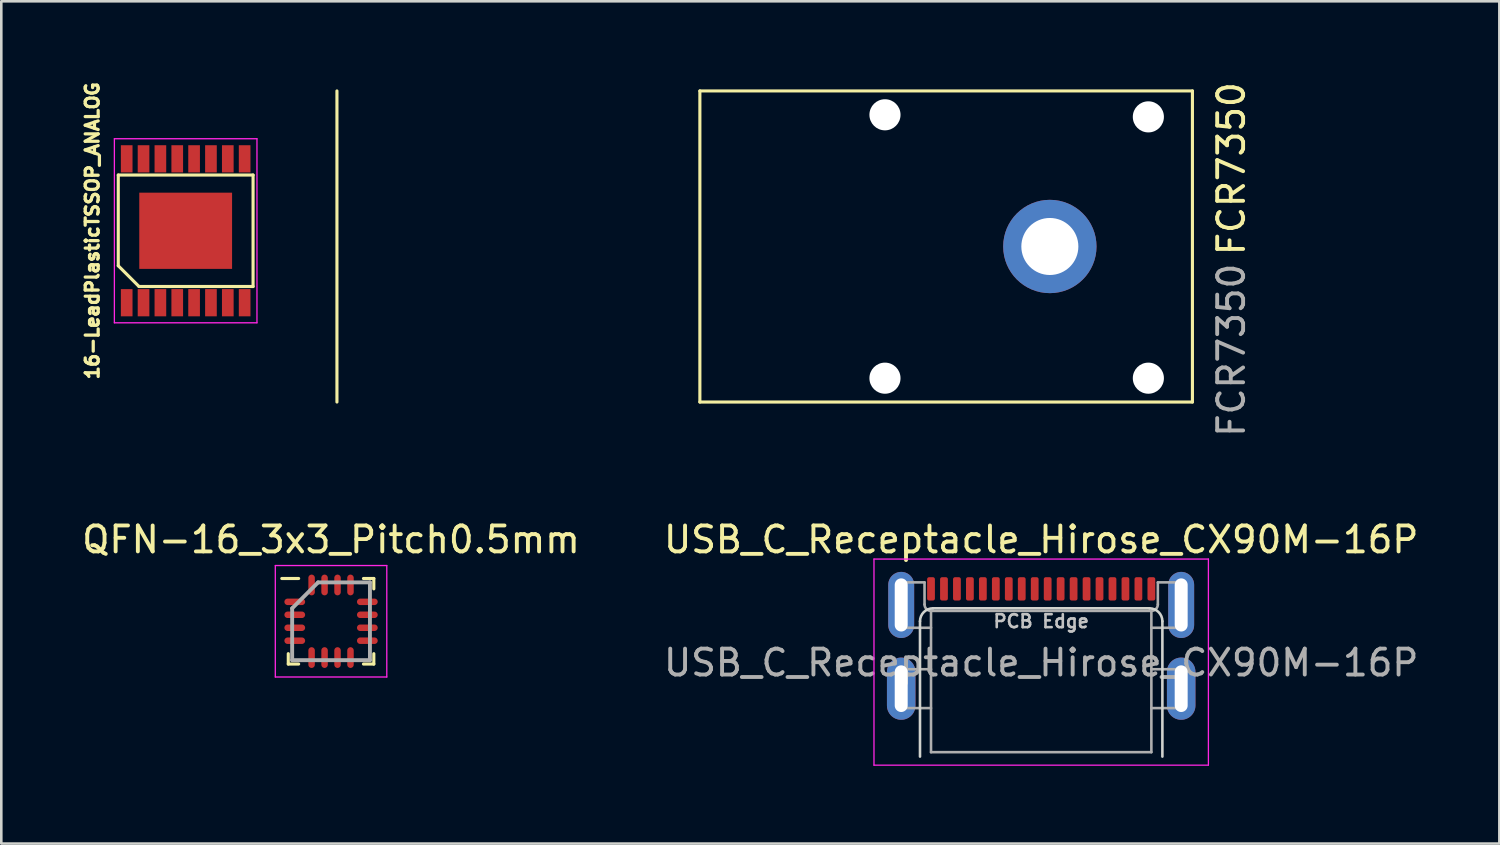
<source format=kicad_pcb>
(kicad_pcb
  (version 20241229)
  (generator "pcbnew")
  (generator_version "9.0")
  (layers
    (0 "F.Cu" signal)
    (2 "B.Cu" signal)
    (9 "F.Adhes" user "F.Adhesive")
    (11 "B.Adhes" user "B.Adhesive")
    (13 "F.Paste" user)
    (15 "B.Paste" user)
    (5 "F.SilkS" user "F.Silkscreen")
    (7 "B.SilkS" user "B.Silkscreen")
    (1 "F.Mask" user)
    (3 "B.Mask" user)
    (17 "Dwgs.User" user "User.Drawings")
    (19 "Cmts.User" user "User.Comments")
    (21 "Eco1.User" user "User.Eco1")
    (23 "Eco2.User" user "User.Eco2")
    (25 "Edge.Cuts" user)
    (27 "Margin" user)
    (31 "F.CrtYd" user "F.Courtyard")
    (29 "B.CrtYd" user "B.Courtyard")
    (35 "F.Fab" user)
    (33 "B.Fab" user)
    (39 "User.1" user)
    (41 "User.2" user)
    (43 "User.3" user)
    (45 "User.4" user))
  (footprint "QFN-16_3x3_Pitch0.5mm"
    (layer "F.Cu")
    (at 9.72 20.915)
    (property "Reference" "QFN-16_3x3_Pitch0.5mm" (at 0 -3.15 0) (layer "F.SilkS") (effects (font (size 1 1) (thickness 0.15))))
    (attr through_hole)
    (fp_line (start -1.65 1.65) (end -1.65 1.25) (stroke (width 0.12) (type solid)) (layer "F.SilkS"))
    (fp_line (start -1.25 -1.65) (end -1.9 -1.65) (stroke (width 0.12) (type solid)) (layer "F.SilkS"))
    (fp_line (start -1.25 1.65) (end -1.65 1.65) (stroke (width 0.12) (type solid)) (layer "F.SilkS"))
    (fp_line (start 1.25 -1.65) (end 1.65 -1.65) (stroke (width 0.12) (type solid)) (layer "F.SilkS"))
    (fp_line (start 1.25 1.65) (end 1.65 1.65) (stroke (width 0.12) (type solid)) (layer "F.SilkS"))
    (fp_line (start 1.65 -1.65) (end 1.65 -1.25) (stroke (width 0.12) (type solid)) (layer "F.SilkS"))
    (fp_line (start 1.65 1.65) (end 1.65 1.25) (stroke (width 0.12) (type solid)) (layer "F.SilkS"))
    (fp_line (start -2.15 -2.15) (end 2.15 -2.15) (stroke (width 0.05) (type solid)) (layer "F.CrtYd"))
    (fp_line (start -2.15 2.15) (end -2.15 -2.15) (stroke (width 0.05) (type solid)) (layer "F.CrtYd"))
    (fp_line (start 2.15 -2.15) (end 2.15 2.15) (stroke (width 0.05) (type solid)) (layer "F.CrtYd"))
    (fp_line (start 2.15 2.15) (end -2.15 2.15) (stroke (width 0.05) (type solid)) (layer "F.CrtYd"))
    (fp_line (start -1.5 -0.5) (end -1.5 1.5) (stroke (width 0.15) (type solid)) (layer "F.Fab"))
    (fp_line (start -1.5 1.5) (end 1.5 1.5) (stroke (width 0.15) (type solid)) (layer "F.Fab"))
    (fp_line (start -0.5 -1.5) (end -1.5 -0.5) (stroke (width 0.15) (type solid)) (layer "F.Fab"))
    (fp_line (start 1.5 -1.5) (end -0.5 -1.5) (stroke (width 0.15) (type solid)) (layer "F.Fab"))
    (fp_line (start 1.5 1.5) (end 1.5 -1.5) (stroke (width 0.15) (type solid)) (layer "F.Fab"))
    (pad "1" smd oval (at -1.4 -0.75 90) (size 0.25 0.8) (layers "F.Cu" "F.Mask" "F.Paste"))
    (pad "2" smd oval (at -1.4 -0.25 90) (size 0.25 0.8) (layers "F.Cu" "F.Mask" "F.Paste"))
    (pad "3" smd oval (at -1.4 0.25 90) (size 0.25 0.8) (layers "F.Cu" "F.Mask" "F.Paste"))
    (pad "4" smd oval (at -1.4 0.75 90) (size 0.25 0.8) (layers "F.Cu" "F.Mask" "F.Paste"))
    (pad "5" smd oval (at -0.75 1.4) (size 0.25 0.8) (layers "F.Cu" "F.Mask" "F.Paste"))
    (pad "6" smd oval (at -0.25 1.4) (size 0.25 0.8) (layers "F.Cu" "F.Mask" "F.Paste"))
    (pad "7" smd oval (at 0.25 1.4) (size 0.25 0.8) (layers "F.Cu" "F.Mask" "F.Paste"))
    (pad "8" smd oval (at 0.75 1.4) (size 0.25 0.8) (layers "F.Cu" "F.Mask" "F.Paste"))
    (pad "9" smd oval (at 1.4 0.75 90) (size 0.25 0.8) (layers "F.Cu" "F.Mask" "F.Paste"))
    (pad "10" smd oval (at 1.4 0.25 90) (size 0.25 0.8) (layers "F.Cu" "F.Mask" "F.Paste"))
    (pad "11" smd oval (at 1.4 -0.25 90) (size 0.25 0.8) (layers "F.Cu" "F.Mask" "F.Paste"))
    (pad "12" smd oval (at 1.4 -0.75 90) (size 0.25 0.8) (layers "F.Cu" "F.Mask" "F.Paste"))
    (pad "13" smd oval (at 0.75 -1.4) (size 0.25 0.8) (layers "F.Cu" "F.Mask" "F.Paste"))
    (pad "14" smd oval (at 0.25 -1.4) (size 0.25 0.8) (layers "F.Cu" "F.Mask" "F.Paste"))
    (pad "15" smd oval (at -0.25 -1.4) (size 0.25 0.8) (layers "F.Cu" "F.Mask" "F.Paste"))
    (pad "16" smd oval (at -0.75 -1.4) (size 0.25 0.8) (layers "F.Cu" "F.Mask" "F.Paste")))
  (footprint "FCR7350"
    (layer "F.Cu")
    (at 37.447 6.458)
    (property "Reference" "FCR7350" (at 7 -3 90) (unlocked yes) (layer "F.SilkS") (effects (font (size 1 1) (thickness 0.15))))
    (attr through_hole)
    (fp_line (start -27.5 -6) (end -27.5 6) (stroke (width 0.12) (type solid)) (layer "F.SilkS"))
    (fp_line (start -13.5 -6) (end 5.5 -6) (stroke (width 0.12) (type solid)) (layer "F.SilkS"))
    (fp_line (start -13.5 6) (end -13.5 -6) (stroke (width 0.12) (type solid)) (layer "F.SilkS"))
    (fp_line (start 5.5 -6) (end 5.5 6) (stroke (width 0.12) (type solid)) (layer "F.SilkS"))
    (fp_line (start 5.5 6) (end -13.5 6) (stroke (width 0.12) (type solid)) (layer "F.SilkS"))
    (fp_line (start -27.5 6) (end -13.5 6) (stroke (width 0.12) (type solid)) (layer "User.1"))
    (fp_line (start -13.5 -6) (end -27.5 -6) (stroke (width 0.12) (type solid)) (layer "User.1"))
    (fp_text user "${REFERENCE}" (at 7 4 90) (unlocked yes) (layer "F.Fab") (effects (font (size 1 1) (thickness 0.15))))
    (pad "" np_thru_hole circle (at -6.36 -5.08 90) (size 1.2 1.2) (drill 1.2) (layers "*.Cu" "*.Mask"))
    (pad "" np_thru_hole circle (at -6.36 5.08 90) (size 1.2 1.2) (drill 1.2) (layers "*.Cu" "*.Mask"))
    (pad "" np_thru_hole circle (at 3.8 -5 90) (size 1.2 1.2) (drill 1.2) (layers "*.Cu" "*.Mask"))
    (pad "" np_thru_hole circle (at 3.8 5.08 90) (size 1.2 1.2) (drill 1.2) (layers "*.Cu" "*.Mask"))
    (pad "1" thru_hole circle (at 0 0 90) (size 3.6 3.6) (drill 2.2) (layers "*.Cu" "*.Mask")))
  (footprint "USB_C_Receptacle_Hirose_CX90M-16P"
    (layer "F.Cu")
    (at 37.113 22.515)
    (property "Reference" "USB_C_Receptacle_Hirose_CX90M-16P" (at 0 -4.75 0) (layer "F.SilkS") (effects (font (size 1 1) (thickness 0.15))))
    (attr smd)
    (fp_line (start -4.675 -1.6) (end -4.675 3.62) (stroke (width 0.1) (type solid)) (layer "Edge.Cuts"))
    (fp_line (start 4.175 -2.1) (end -4.175 -2.1) (stroke (width 0.1) (type solid)) (layer "Edge.Cuts"))
    (fp_line (start 4.675 3.62) (end 4.675 -1.6) (stroke (width 0.1) (type solid)) (layer "Edge.Cuts"))
    (fp_arc (start -4.675 -1.6) (mid -4.528553 -1.953553) (end -4.175 -2.1) (stroke (width 0.1) (type solid)) (layer "Edge.Cuts"))
    (fp_arc (start 4.175 -2.1) (mid 4.528553 -1.953553) (end 4.675 -1.6) (stroke (width 0.1) (type solid)) (layer "Edge.Cuts"))
    (fp_line (start -6.45 -4) (end -6.45 3.95) (stroke (width 0.05) (type solid)) (layer "F.CrtYd"))
    (fp_line (start -6.45 3.95) (end 6.45 3.95) (stroke (width 0.05) (type solid)) (layer "F.CrtYd"))
    (fp_line (start 6.45 -4) (end -6.45 -4) (stroke (width 0.05) (type solid)) (layer "F.CrtYd"))
    (fp_line (start 6.45 3.95) (end 6.45 -4) (stroke (width 0.05) (type solid)) (layer "F.CrtYd"))
    (fp_line (start -5.5 -3.1) (end -5.5 -1.35) (stroke (width 0.1) (type solid)) (layer "F.Fab"))
    (fp_line (start -5.5 -1.35) (end -4.25 -1.35) (stroke (width 0.1) (type solid)) (layer "F.Fab"))
    (fp_line (start -5.5 0.25) (end -5.5 1.75) (stroke (width 0.1) (type solid)) (layer "F.Fab"))
    (fp_line (start -5.5 1.75) (end -4.25 1.75) (stroke (width 0.1) (type solid)) (layer "F.Fab"))
    (fp_line (start -4.5 -3.1) (end -5.5 -3.1) (stroke (width 0.1) (type solid)) (layer "F.Fab"))
    (fp_line (start -4.5 -3.1) (end -4.5 -2.25) (stroke (width 0.1) (type solid)) (layer "F.Fab"))
    (fp_line (start -4.25 -2) (end -4.25 3.45) (stroke (width 0.1) (type solid)) (layer "F.Fab"))
    (fp_line (start -4.25 0.25) (end -5.5 0.25) (stroke (width 0.1) (type solid)) (layer "F.Fab"))
    (fp_line (start -4.25 3.45) (end 4.25 3.45) (stroke (width 0.1) (type solid)) (layer "F.Fab"))
    (fp_line (start 4.25 -2) (end -4.25 -2) (stroke (width 0.1) (type solid)) (layer "F.Fab"))
    (fp_line (start 4.25 -1.35) (end 5.5 -1.35) (stroke (width 0.1) (type solid)) (layer "F.Fab"))
    (fp_line (start 4.25 1.75) (end 5.5 1.75) (stroke (width 0.1) (type solid)) (layer "F.Fab"))
    (fp_line (start 4.25 3.45) (end 4.25 -2) (stroke (width 0.1) (type solid)) (layer "F.Fab"))
    (fp_line (start 4.5 -2.25) (end 4.5 -3.1) (stroke (width 0.1) (type solid)) (layer "F.Fab"))
    (fp_line (start 5.5 -3.1) (end 4.5 -3.1) (stroke (width 0.1) (type solid)) (layer "F.Fab"))
    (fp_line (start 5.5 -1.35) (end 5.5 -3.1) (stroke (width 0.1) (type solid)) (layer "F.Fab"))
    (fp_line (start 5.5 0.25) (end 4.25 0.25) (stroke (width 0.1) (type solid)) (layer "F.Fab"))
    (fp_line (start 5.5 1.75) (end 5.5 0.25) (stroke (width 0.1) (type solid)) (layer "F.Fab"))
    (fp_arc (start -4.25 -2) (mid -4.426777 -2.073223) (end -4.5 -2.25) (stroke (width 0.1) (type solid)) (layer "F.Fab"))
    (fp_arc (start 4.5 -2.25) (mid 4.426777 -2.073223) (end 4.25 -2) (stroke (width 0.1) (type solid)) (layer "F.Fab"))
    (fp_text user "PCB Edge" (at 0 -1.6 0) (layer "Dwgs.User") (effects (font (size 0.5 0.5) (thickness 0.1))))
    (fp_text user "${REFERENCE}" (at 0 0 0) (layer "F.Fab") (effects (font (size 1 1) (thickness 0.15))))
    (pad "A1" smd roundrect (at -3.75 -2.85) (size 0.3 0.9) (layers "F.Cu" "F.Mask" "F.Paste") (roundrect_rratio 0.25))
    (pad "A4" smd roundrect (at -2.75 -2.85) (size 0.3 0.9) (layers "F.Cu" "F.Mask" "F.Paste") (roundrect_rratio 0.25))
    (pad "A5" smd roundrect (at -1.75 -2.85) (size 0.3 0.9) (layers "F.Cu" "F.Mask" "F.Paste") (roundrect_rratio 0.25))
    (pad "A6" smd roundrect (at -0.75 -2.85) (size 0.3 0.9) (layers "F.Cu" "F.Mask" "F.Paste") (roundrect_rratio 0.25))
    (pad "A7" smd roundrect (at 0.75 -2.85) (size 0.3 0.9) (layers "F.Cu" "F.Mask" "F.Paste") (roundrect_rratio 0.25))
    (pad "A8" smd roundrect (at 1.75 -2.85) (size 0.3 0.9) (layers "F.Cu" "F.Mask" "F.Paste") (roundrect_rratio 0.25))
    (pad "A9" smd roundrect (at 2.75 -2.85) (size 0.3 0.9) (layers "F.Cu" "F.Mask" "F.Paste") (roundrect_rratio 0.25))
    (pad "A12" smd roundrect (at 3.75 -2.85) (size 0.3 0.9) (layers "F.Cu" "F.Mask" "F.Paste") (roundrect_rratio 0.25))
    (pad "B1" smd roundrect (at 3.25 -2.85) (size 0.3 0.9) (layers "F.Cu" "F.Mask" "F.Paste") (roundrect_rratio 0.25))
    (pad "B4" smd roundrect (at 2.25 -2.85) (size 0.3 0.9) (layers "F.Cu" "F.Mask" "F.Paste") (roundrect_rratio 0.25))
    (pad "B5" smd roundrect (at 1.25 -2.85) (size 0.3 0.9) (layers "F.Cu" "F.Mask" "F.Paste") (roundrect_rratio 0.25))
    (pad "B6" smd roundrect (at 0.25 -2.85) (size 0.3 0.9) (layers "F.Cu" "F.Mask" "F.Paste") (roundrect_rratio 0.25))
    (pad "B7" smd roundrect (at -0.25 -2.85) (size 0.3 0.9) (layers "F.Cu" "F.Mask" "F.Paste") (roundrect_rratio 0.25))
    (pad "B8" smd roundrect (at -1.25 -2.85) (size 0.3 0.9) (layers "F.Cu" "F.Mask" "F.Paste") (roundrect_rratio 0.25))
    (pad "B9" smd roundrect (at -2.25 -2.85) (size 0.3 0.9) (layers "F.Cu" "F.Mask" "F.Paste") (roundrect_rratio 0.25))
    (pad "B12" smd roundrect (at -3.25 -2.85) (size 0.3 0.9) (layers "F.Cu" "F.Mask" "F.Paste") (roundrect_rratio 0.25))
    (pad "MID" smd roundrect (at -4.25 -2.85) (size 0.3 0.9) (layers "F.Cu" "F.Mask" "F.Paste") (roundrect_rratio 0.25))
    (pad "MID" smd roundrect (at 4.25 -2.85) (size 0.3 0.9) (layers "F.Cu" "F.Mask" "F.Paste") (roundrect_rratio 0.25))
    (pad "S1" thru_hole oval (at -5.4 -2.23) (size 1 2.55) (drill oval 0.5 2.05) (layers "*.Cu" "*.Mask"))
    (pad "S1" thru_hole oval (at -5.4 1) (size 1.1 2.4) (drill oval 0.5 1.8) (layers "*.Cu" "*.Mask"))
    (pad "S1" thru_hole oval (at 5.4 -2.23) (size 1 2.55) (drill oval 0.5 2.05) (layers "*.Cu" "*.Mask"))
    (pad "S1" thru_hole oval (at 5.4 1) (size 1.1 2.4) (drill oval 0.5 1.8) (layers "*.Cu" "*.Mask")))
  (footprint "16-LeadPlasticTSSOP_ANALOG"
    (layer "F.Cu")
    (at 4.112 5.852)
    (property "Reference" "16-LeadPlasticTSSOP_ANALOG" (at -3.6 0 90) (layer "F.SilkS") (effects (font (size 0.5 0.5) (thickness 0.15))))
    (attr through_hole)
    (fp_line (start -2.6 -2.15) (end 2.6 -2.15) (stroke (width 0.12) (type solid)) (layer "F.SilkS"))
    (fp_line (start -2.6 1.35) (end -2.6 -2.15) (stroke (width 0.12) (type solid)) (layer "F.SilkS"))
    (fp_line (start -1.8 2.15) (end -2.6 1.35) (stroke (width 0.12) (type solid)) (layer "F.SilkS"))
    (fp_line (start 2.6 -2.15) (end 2.6 2.15) (stroke (width 0.12) (type solid)) (layer "F.SilkS"))
    (fp_line (start 2.6 2.15) (end -1.8 2.15) (stroke (width 0.12) (type solid)) (layer "F.SilkS"))
    (fp_poly (pts (xy -0.4 -0.2) (xy -1.6 -0.2) (xy -1.6 -1.2) (xy -0.4 -1.2)) (stroke (width 0.12) (type solid)) (fill yes) (layer "F.Paste"))
    (fp_poly (pts (xy -0.4 1.2) (xy -1.6 1.2) (xy -1.6 0.2) (xy -0.4 0.2)) (stroke (width 0.12) (type solid)) (fill yes) (layer "F.Paste"))
    (fp_poly (pts (xy 1.6 -0.2) (xy 0.4 -0.2) (xy 0.4 -1.2) (xy 1.6 -1.2)) (stroke (width 0.12) (type solid)) (fill yes) (layer "F.Paste"))
    (fp_poly (pts (xy 1.6 1.2) (xy 0.4 1.2) (xy 0.4 0.2) (xy 1.6 0.2)) (stroke (width 0.12) (type solid)) (fill yes) (layer "F.Paste"))
    (fp_line (start -2.75 -3.55) (end 2.75 -3.55) (stroke (width 0.05) (type solid)) (layer "F.CrtYd"))
    (fp_line (start -2.75 3.55) (end -2.75 -3.55) (stroke (width 0.05) (type solid)) (layer "F.CrtYd"))
    (fp_line (start 2.75 -3.55) (end 2.75 3.55) (stroke (width 0.05) (type solid)) (layer "F.CrtYd"))
    (fp_line (start 2.75 3.55) (end -2.75 3.55) (stroke (width 0.05) (type solid)) (layer "F.CrtYd"))
    (pad "0" smd rect (at 0 0 90) (size 2.94 3.58) (layers "F.Cu" "F.Mask"))
    (pad "1" smd rect (at -2.275 2.775) (size 0.45 1.05) (layers "F.Cu" "F.Mask" "F.Paste"))
    (pad "2" smd rect (at -1.625 2.775) (size 0.45 1.05) (layers "F.Cu" "F.Mask" "F.Paste"))
    (pad "3" smd rect (at -0.975 2.775) (size 0.45 1.05) (layers "F.Cu" "F.Mask" "F.Paste"))
    (pad "4" smd rect (at -0.325 2.775) (size 0.45 1.05) (layers "F.Cu" "F.Mask" "F.Paste"))
    (pad "5" smd rect (at 0.325 2.775) (size 0.45 1.05) (layers "F.Cu" "F.Mask" "F.Paste"))
    (pad "6" smd rect (at 0.975 2.775) (size 0.45 1.05) (layers "F.Cu" "F.Mask" "F.Paste"))
    (pad "7" smd rect (at 1.625 2.775) (size 0.45 1.05) (layers "F.Cu" "F.Mask" "F.Paste"))
    (pad "8" smd rect (at 2.275 2.775) (size 0.45 1.05) (layers "F.Cu" "F.Mask" "F.Paste"))
    (pad "9" smd rect (at 2.275 -2.775) (size 0.45 1.05) (layers "F.Cu" "F.Mask" "F.Paste"))
    (pad "10" smd rect (at 1.625 -2.775) (size 0.45 1.05) (layers "F.Cu" "F.Mask" "F.Paste"))
    (pad "11" smd rect (at 0.975 -2.775) (size 0.45 1.05) (layers "F.Cu" "F.Mask" "F.Paste"))
    (pad "12" smd rect (at 0.325 -2.775) (size 0.45 1.05) (layers "F.Cu" "F.Mask" "F.Paste"))
    (pad "13" smd rect (at -0.325 -2.775) (size 0.45 1.05) (layers "F.Cu" "F.Mask" "F.Paste"))
    (pad "14" smd rect (at -0.975 -2.775) (size 0.45 1.05) (layers "F.Cu" "F.Mask" "F.Paste"))
    (pad "15" smd rect (at -1.625 -2.775) (size 0.45 1.05) (layers "F.Cu" "F.Mask" "F.Paste"))
    (pad "16" smd rect (at -2.275 -2.775) (size 0.45 1.05) (layers "F.Cu" "F.Mask" "F.Paste")))
  (gr_rect
    (start -3 -3)
    (end 54.786 29.49)
    (stroke (width 0.1) (type default))
    (fill no)
    (layer "Edge.Cuts")))
</source>
